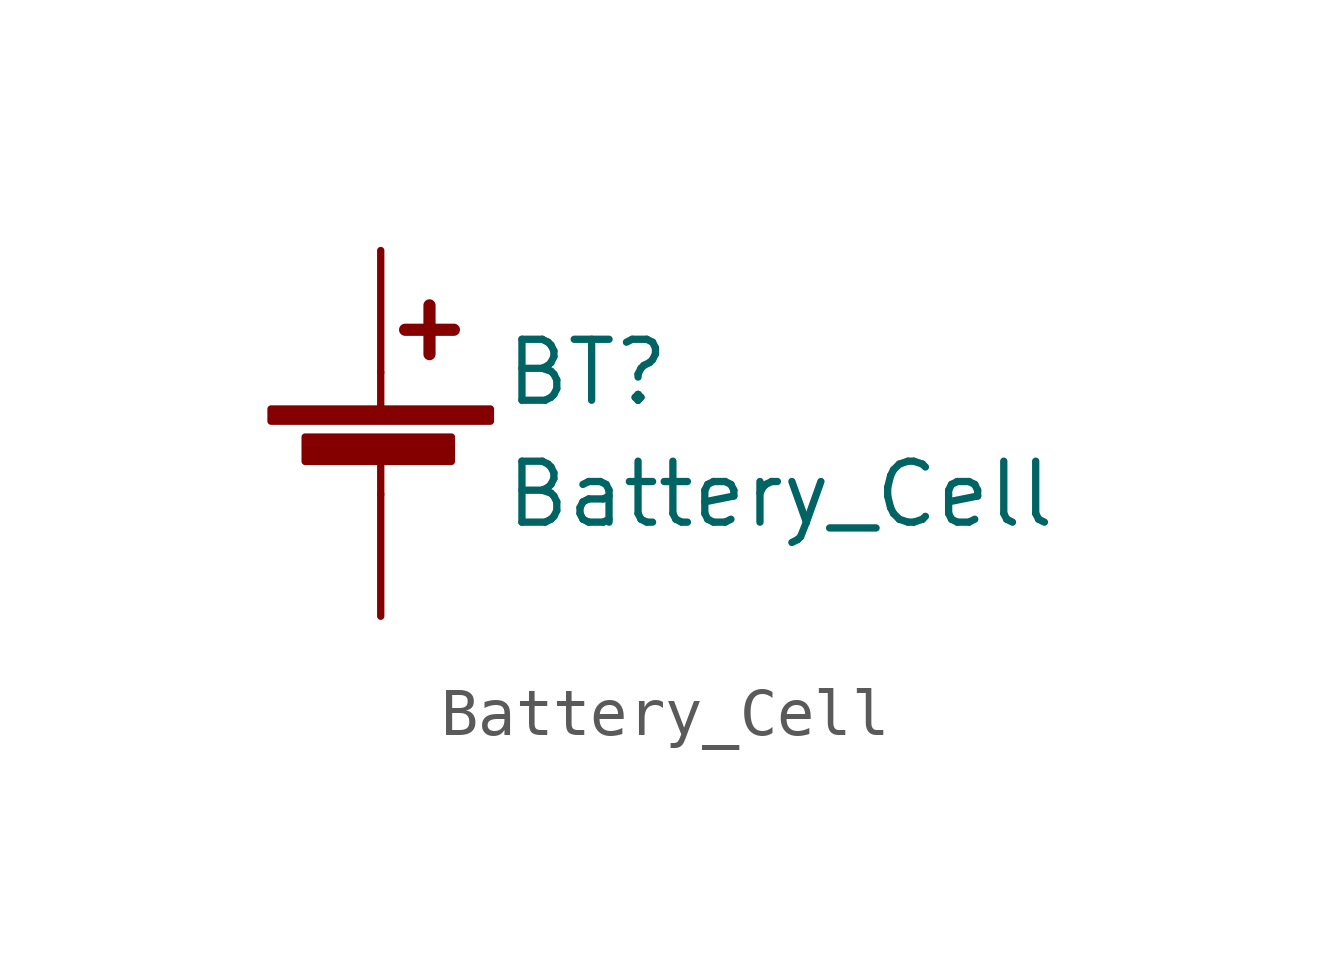
<source format=kicad_sym>
(kicad_symbol_lib
  (version 20211014)
  (generator kicad_symbol_editor)
  (symbol "Battery_Cell"
    (pin_numbers hide)
    (pin_names
      (offset 0) hide)
    (property "Reference" "BT"
      (at 2.54 2.54 0)
      (effects (font (size 1.27 1.27)) (justify left)))
    (property "Value" "Battery_Cell"
      (at 2.54 0 0)
      (effects (font (size 1.27 1.27)) (justify left)))
    (symbol "Battery_Cell_0_1"
      (rectangle (start -2.286 1.778) (end 2.286 1.524) (stroke (width 0) (type default) (color 0 0 0 0)) (fill (type outline)))
      (rectangle (start -1.575 1.194) (end 1.473 0.686) (stroke (width 0) (type default) (color 0 0 0 0)) (fill (type outline)))
      (polyline (pts (xy 0 0.762) (xy 0 0)) (stroke (width 0) (type default) (color 0 0 0 0)) (fill (type none)))
      (polyline (pts (xy 0 1.778) (xy 0 2.54)) (stroke (width 0) (type default) (color 0 0 0 0)) (fill (type none)))
      (polyline (pts (xy 0.508 3.429) (xy 1.524 3.429)) (stroke (width 0.254) (type default) (color 0 0 0 0)) (fill (type none)))
      (polyline (pts (xy 1.016 3.937) (xy 1.016 2.921)) (stroke (width 0.254) (type default) (color 0 0 0 0)) (fill (type none))))
    (symbol "Battery_Cell_1_1"
      (pin passive line (at 0 -2.54 90) (length 2.54) (name "-" (effects (font (size 1.27 1.27)))) (number "1" (effects (font (size 1.27 1.27)))))
      (pin passive line (at 0 5.08 270) (length 2.54) (name "+" (effects (font (size 1.27 1.27)))) (number "2" (effects (font (size 1.27 1.27))))))))
</source>
